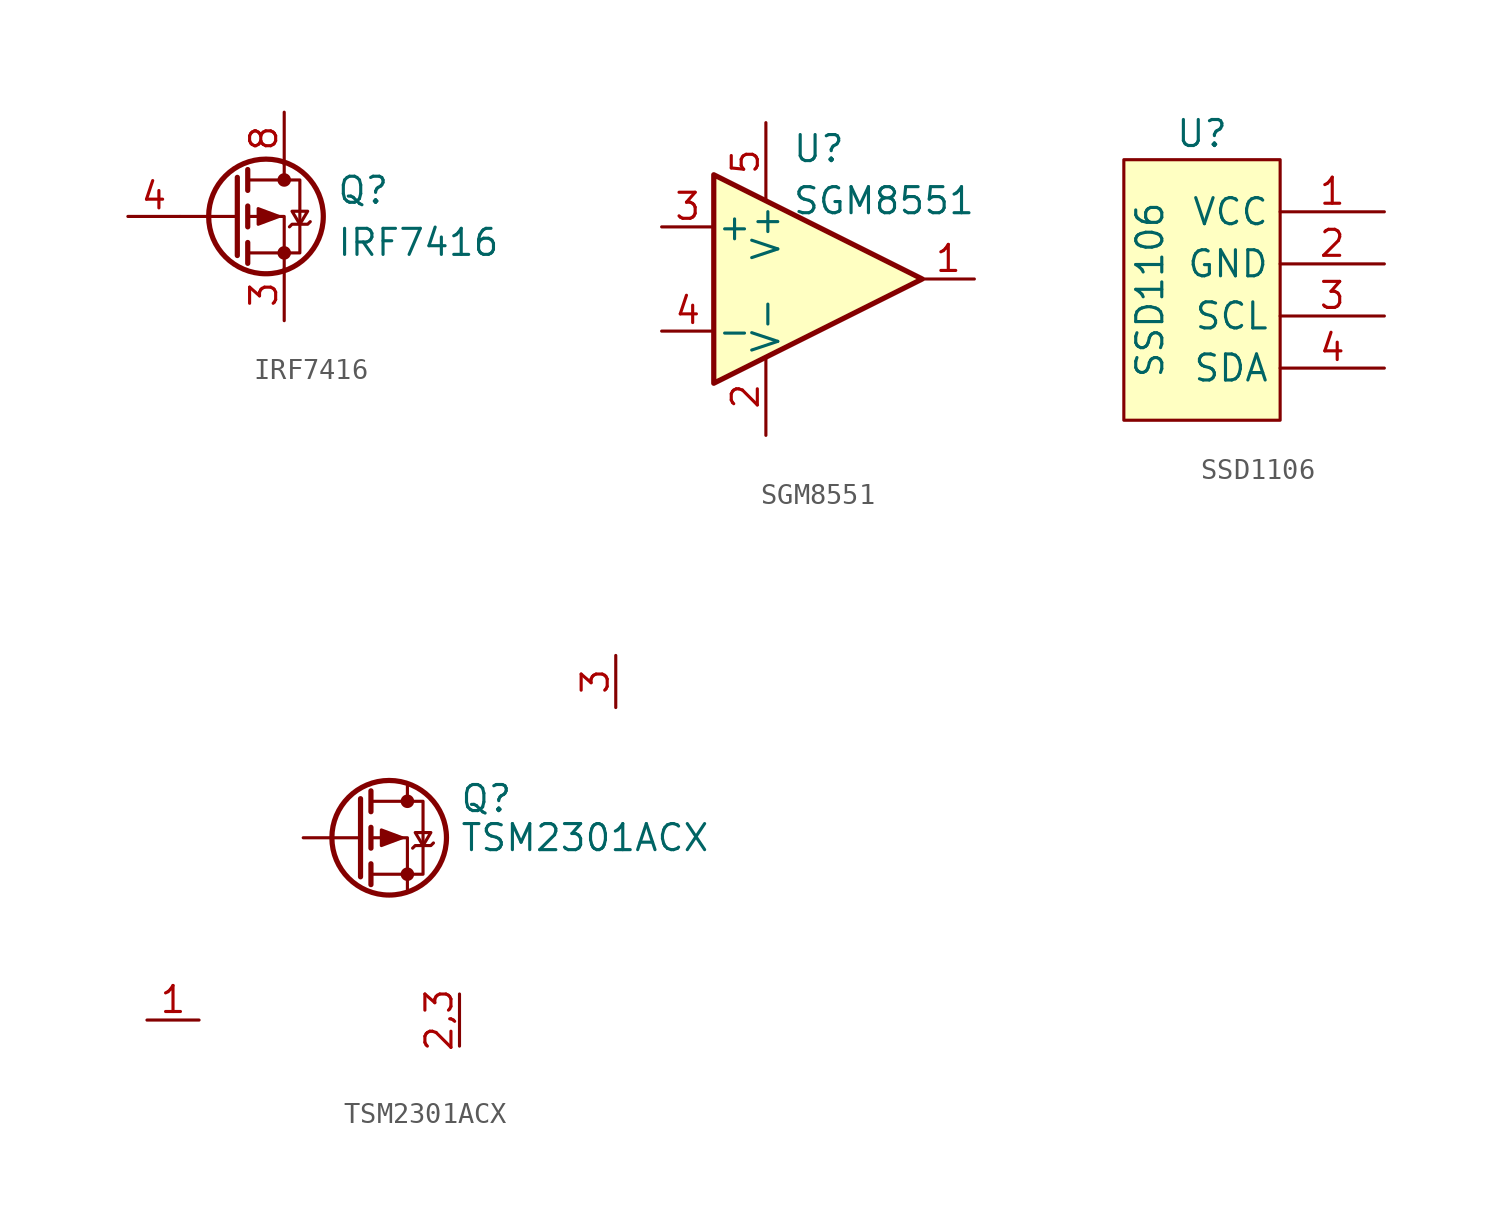
<source format=kicad_sym>
(kicad_symbol_lib
  (version 20211014)
  (generator kicad_symbol_editor)
  (symbol "IRF7416"
    (property "Reference" "Q"
      (at 3.81 1.27 0)
      (effects (font (size 1.27 1.27)) (justify left)))
    (property "Value" "IRF7416"
      (at 3.81 -1.27 0)
      (effects (font (size 1.27 1.27)) (justify left)))
    (symbol "IRF7416_0_1"
      (polyline (pts (xy -1.016 0) (xy -3.81 0)) (stroke (width 0) (type default) (color 0 0 0 0)) (fill (type none)))
      (polyline (pts (xy -1.016 1.905) (xy -1.016 -1.905)) (stroke (width 0.254) (type default) (color 0 0 0 0)) (fill (type none)))
      (polyline (pts (xy -0.508 -1.27) (xy -0.508 -2.286)) (stroke (width 0.254) (type default) (color 0 0 0 0)) (fill (type none)))
      (polyline (pts (xy -0.508 0.508) (xy -0.508 -0.508)) (stroke (width 0.254) (type default) (color 0 0 0 0)) (fill (type none)))
      (polyline (pts (xy -0.508 2.286) (xy -0.508 1.27)) (stroke (width 0.254) (type default) (color 0 0 0 0)) (fill (type none)))
      (polyline (pts (xy 1.27 2.54) (xy 1.27 1.778)) (stroke (width 0) (type default) (color 0 0 0 0)) (fill (type none)))
      (polyline (pts (xy 1.27 -2.54) (xy 1.27 0) (xy -0.508 0)) (stroke (width 0) (type default) (color 0 0 0 0)) (fill (type none)))
      (polyline (pts (xy -0.508 1.778) (xy 2.032 1.778) (xy 2.032 -1.778) (xy -0.508 -1.778)) (stroke (width 0) (type default) (color 0 0 0 0)) (fill (type none)))
      (polyline (pts (xy 1.016 0) (xy 0 0.381) (xy 0 -0.381) (xy 1.016 0)) (stroke (width 0) (type default) (color 0 0 0 0)) (fill (type outline)))
      (polyline (pts (xy 1.524 -0.508) (xy 1.651 -0.381) (xy 2.413 -0.381) (xy 2.54 -0.254)) (stroke (width 0) (type default) (color 0 0 0 0)) (fill (type none)))
      (polyline (pts (xy 2.032 -0.381) (xy 1.651 0.254) (xy 2.413 0.254) (xy 2.032 -0.381)) (stroke (width 0) (type default) (color 0 0 0 0)) (fill (type none)))
      (circle (center 0.381 0) (radius 2.794) (stroke (width 0.254) (type default) (color 0 0 0 0)) (fill (type none)))
      (circle (center 1.27 -1.778) (radius 0.254) (stroke (width 0) (type default) (color 0 0 0 0)) (fill (type outline)))
      (circle (center 1.27 1.778) (radius 0.254) (stroke (width 0) (type default) (color 0 0 0 0)) (fill (type outline))))
    (symbol "IRF7416_1_1"
      (pin passive line (at 1.27 -5.08 90) (length 2.54) hide (name "" (effects (font (size 1.27 1.27)))) (number "1" (effects (font (size 1.27 1.27)))))
      (pin passive line (at 1.27 -5.08 90) (length 2.54) hide (name "" (effects (font (size 1.27 1.27)))) (number "2" (effects (font (size 1.27 1.27)))))
      (pin passive line (at 1.27 -5.08 90) (length 2.54) (name "" (effects (font (size 1.27 1.27)))) (number "3" (effects (font (size 1.27 1.27)))))
      (pin passive line (at -6.35 0 0) (length 2.54) (name "" (effects (font (size 1.27 1.27)))) (number "4" (effects (font (size 1.27 1.27)))))
      (pin passive line (at 1.27 5.08 270) (length 2.54) hide (name "" (effects (font (size 1.27 1.27)))) (number "5" (effects (font (size 1.27 1.27)))))
      (pin passive line (at 1.27 5.08 270) (length 2.54) hide (name "" (effects (font (size 1.27 1.27)))) (number "6" (effects (font (size 1.27 1.27)))))
      (pin passive line (at 1.27 5.08 270) (length 2.54) hide (name "" (effects (font (size 1.27 1.27)))) (number "7" (effects (font (size 1.27 1.27)))))
      (pin passive line (at 1.27 5.08 270) (length 2.54) (name "" (effects (font (size 1.27 1.27)))) (number "8" (effects (font (size 1.27 1.27)))))))
  (symbol "SGM8551"
    (pin_names
      (offset 0.127))
    (property "Reference" "U"
      (at -1.27 6.35 0)
      (effects (font (size 1.27 1.27)) (justify left)))
    (property "Value" "SGM8551"
      (at -1.27 3.81 0)
      (effects (font (size 1.27 1.27)) (justify left)))
    (symbol "SGM8551_0_1"
      (polyline (pts (xy -5.08 5.08) (xy 5.08 0) (xy -5.08 -5.08) (xy -5.08 5.08)) (stroke (width 0.254) (type default) (color 0 0 0 0)) (fill (type background)))
      (pin power_in line (at -2.54 -7.62 90) (length 3.81) (name "V-" (effects (font (size 1.27 1.27)))) (number "2" (effects (font (size 1.27 1.27)))))
      (pin power_in line (at -2.54 7.62 270) (length 3.81) (name "V+" (effects (font (size 1.27 1.27)))) (number "5" (effects (font (size 1.27 1.27))))))
    (symbol "SGM8551_1_1"
      (pin output line (at 7.62 0 180) (length 2.54) (name "~" (effects (font (size 1.27 1.27)))) (number "1" (effects (font (size 1.27 1.27)))))
      (pin input line (at -7.62 2.54 0) (length 2.54) (name "+" (effects (font (size 1.27 1.27)))) (number "3" (effects (font (size 1.27 1.27)))))
      (pin input line (at -7.62 -2.54 0) (length 2.54) (name "-" (effects (font (size 1.27 1.27)))) (number "4" (effects (font (size 1.27 1.27)))))))
  (symbol "SSD1106"
    (property "Reference" "U"
      (at 3.81 1.27 0)
      (effects (font (size 1.27 1.27))))
    (property "Value" "SSD1106"
      (at 1.27 -6.35 90)
      (effects (font (size 1.27 1.27))))
    (symbol "SSD1106_0_1"
      (rectangle (start 0 0) (end 7.62 -12.7) (stroke (width 0) (type default) (color 0 0 0 0)) (fill (type background))))
    (symbol "SSD1106_1_1"
      (pin power_in line (at 12.7 -2.54 180) (length 5.08) (name "VCC" (effects (font (size 1.27 1.27)))) (number "1" (effects (font (size 1.27 1.27)))))
      (pin power_in line (at 12.7 -5.08 180) (length 5.08) (name "GND" (effects (font (size 1.27 1.27)))) (number "2" (effects (font (size 1.27 1.27)))))
      (pin output line (at 12.7 -7.62 180) (length 5.08) (name "SCL" (effects (font (size 1.27 1.27)))) (number "3" (effects (font (size 1.27 1.27)))))
      (pin input line (at 12.7 -10.16 180) (length 5.08) (name "SDA" (effects (font (size 1.27 1.27)))) (number "4" (effects (font (size 1.27 1.27)))))))
  (symbol "TSM2301ACX"
    (pin_names hide)
    (property "Reference" "Q"
      (at 5.08 1.905 0)
      (effects (font (size 1.27 1.27)) (justify left)))
    (property "Value" "TSM2301ACX"
      (at 5.08 0 0)
      (effects (font (size 1.27 1.27)) (justify left)))
    (symbol "TSM2301ACX_0_1"
      (polyline (pts (xy 0.254 0) (xy -2.54 0)) (stroke (width 0) (type default) (color 0 0 0 0)) (fill (type none)))
      (polyline (pts (xy 0.254 1.905) (xy 0.254 -1.905)) (stroke (width 0.254) (type default) (color 0 0 0 0)) (fill (type none)))
      (polyline (pts (xy 0.762 -1.27) (xy 0.762 -2.286)) (stroke (width 0.254) (type default) (color 0 0 0 0)) (fill (type none)))
      (polyline (pts (xy 0.762 0.508) (xy 0.762 -0.508)) (stroke (width 0.254) (type default) (color 0 0 0 0)) (fill (type none)))
      (polyline (pts (xy 0.762 2.286) (xy 0.762 1.27)) (stroke (width 0.254) (type default) (color 0 0 0 0)) (fill (type none)))
      (polyline (pts (xy 2.54 2.54) (xy 2.54 1.778)) (stroke (width 0) (type default) (color 0 0 0 0)) (fill (type none)))
      (polyline (pts (xy 2.54 -2.54) (xy 2.54 0) (xy 0.762 0)) (stroke (width 0) (type default) (color 0 0 0 0)) (fill (type none)))
      (polyline (pts (xy 0.762 1.778) (xy 3.302 1.778) (xy 3.302 -1.778) (xy 0.762 -1.778)) (stroke (width 0) (type default) (color 0 0 0 0)) (fill (type none)))
      (polyline (pts (xy 2.286 0) (xy 1.27 0.381) (xy 1.27 -0.381) (xy 2.286 0)) (stroke (width 0) (type default) (color 0 0 0 0)) (fill (type outline)))
      (polyline (pts (xy 2.794 -0.508) (xy 2.921 -0.381) (xy 3.683 -0.381) (xy 3.81 -0.254)) (stroke (width 0) (type default) (color 0 0 0 0)) (fill (type none)))
      (polyline (pts (xy 3.302 -0.381) (xy 2.921 0.254) (xy 3.683 0.254) (xy 3.302 -0.381)) (stroke (width 0) (type default) (color 0 0 0 0)) (fill (type none)))
      (circle (center 1.651 0) (radius 2.794) (stroke (width 0.254) (type default) (color 0 0 0 0)) (fill (type none)))
      (circle (center 2.54 -1.778) (radius 0.254) (stroke (width 0) (type default) (color 0 0 0 0)) (fill (type outline)))
      (circle (center 2.54 1.778) (radius 0.254) (stroke (width 0) (type default) (color 0 0 0 0)) (fill (type outline))))
    (symbol "TSM2301ACX_1_1"
      (pin input line (at -10.16 -8.89 0) (length 2.54) (name "G" (effects (font (size 1.27 1.27)))) (number "1" (effects (font (size 1.27 1.27)))))
      (pin passive line (at 5.08 -10.16 90) (length 2.54) (name "S" (effects (font (size 1.27 1.27)))) (number "2,3" (effects (font (size 1.27 1.27)))))
      (pin passive line (at 12.7 8.89 270) (length 2.54) (name "D" (effects (font (size 1.27 1.27)))) (number "3" (effects (font (size 1.27 1.27))))))))
</source>
